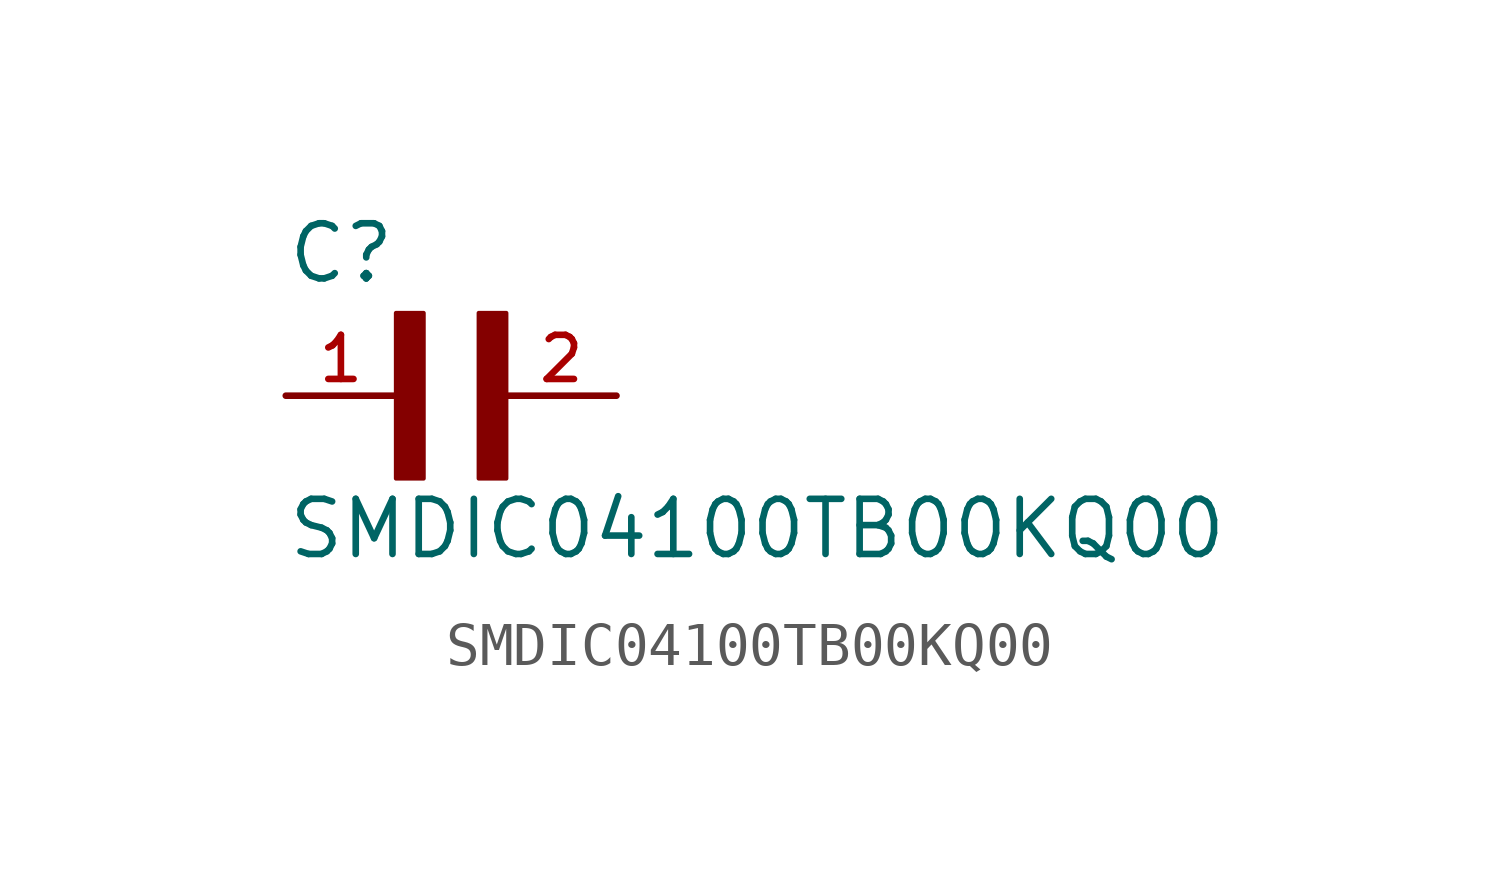
<source format=kicad_sym>
(kicad_symbol_lib
  (version 20211014)
  (generator kicad_symbol_editor)
  (symbol "SMDIC04100TB00KQ00"
    (pin_names
      (offset 1.016))
    (property "Reference" "C"
      (at -2.54 2.54 0)
      (effects (font (size 1.27 1.27)) (justify bottom left)))
    (property "Value" "SMDIC04100TB00KQ00"
      (at -2.54 -3.81 0)
      (effects (font (size 1.27 1.27)) (justify bottom left)))
    (symbol "SMDIC04100TB00KQ00_0_0"
      (rectangle (start 0.0 -1.907) (end 0.635 1.905) (stroke (width 0.1)) (fill (type outline)))
      (rectangle (start 1.907 -1.907) (end 2.54 1.905) (stroke (width 0.1)) (fill (type outline)))
      (pin passive line (at -2.54 0.0 0) (length 2.54) (name "~" (effects (font (size 1.016 1.016)))) (number "1" (effects (font (size 1.016 1.016)))))
      (pin passive line (at 5.08 0.0 180.0) (length 2.54) (name "~" (effects (font (size 1.016 1.016)))) (number "2" (effects (font (size 1.016 1.016))))))))
</source>
